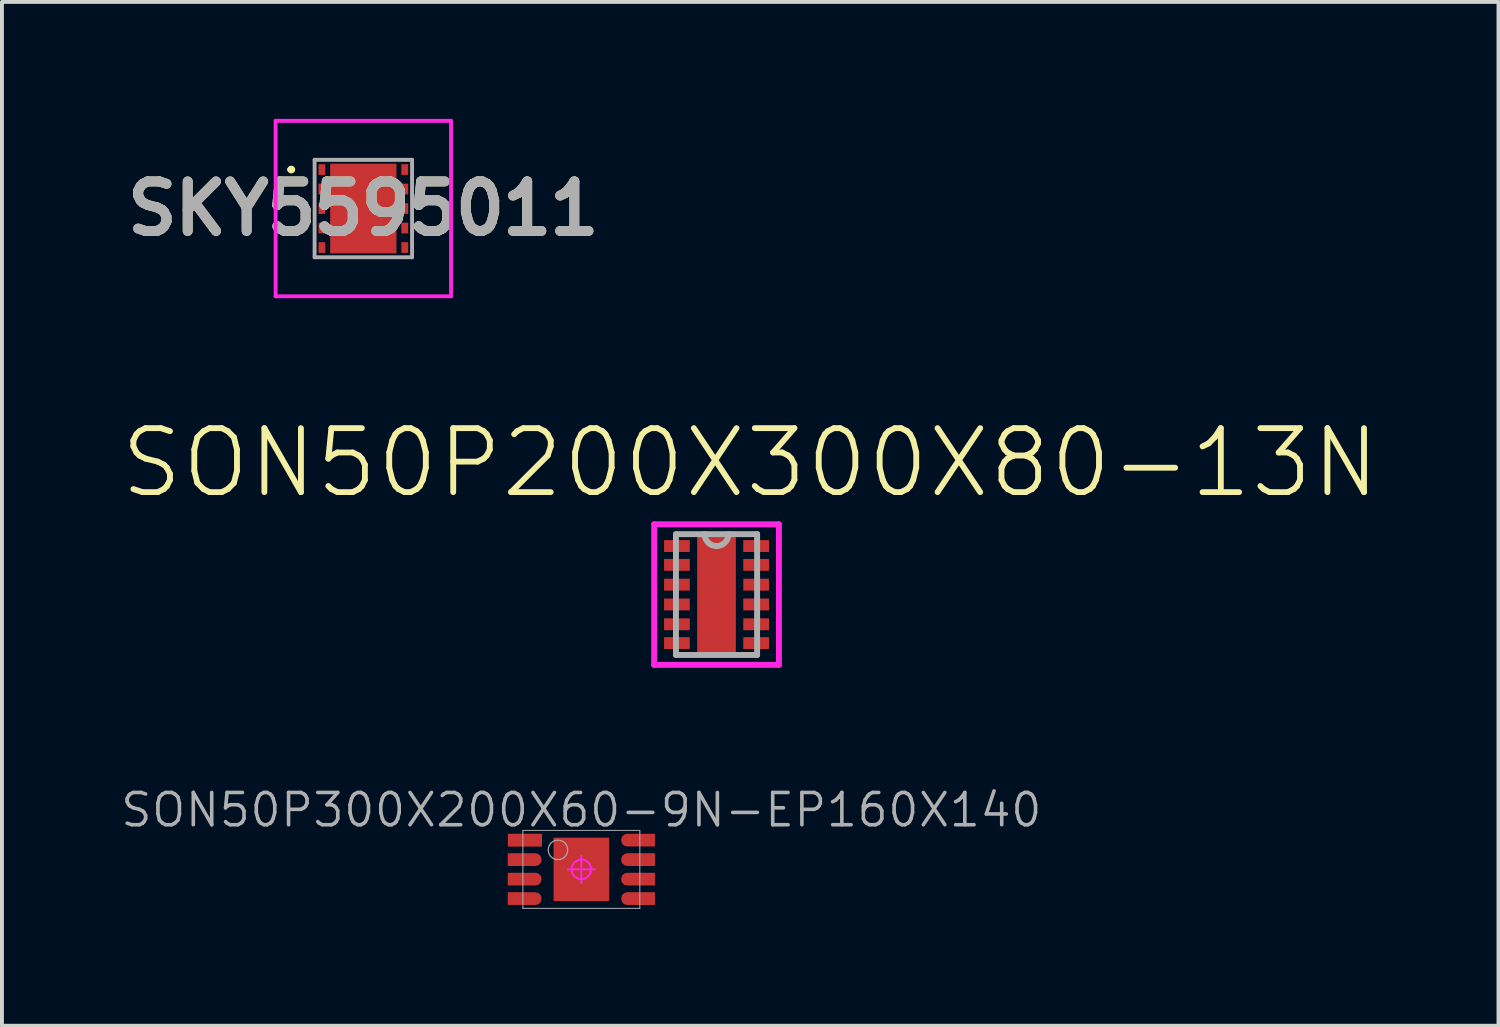
<source format=kicad_pcb>
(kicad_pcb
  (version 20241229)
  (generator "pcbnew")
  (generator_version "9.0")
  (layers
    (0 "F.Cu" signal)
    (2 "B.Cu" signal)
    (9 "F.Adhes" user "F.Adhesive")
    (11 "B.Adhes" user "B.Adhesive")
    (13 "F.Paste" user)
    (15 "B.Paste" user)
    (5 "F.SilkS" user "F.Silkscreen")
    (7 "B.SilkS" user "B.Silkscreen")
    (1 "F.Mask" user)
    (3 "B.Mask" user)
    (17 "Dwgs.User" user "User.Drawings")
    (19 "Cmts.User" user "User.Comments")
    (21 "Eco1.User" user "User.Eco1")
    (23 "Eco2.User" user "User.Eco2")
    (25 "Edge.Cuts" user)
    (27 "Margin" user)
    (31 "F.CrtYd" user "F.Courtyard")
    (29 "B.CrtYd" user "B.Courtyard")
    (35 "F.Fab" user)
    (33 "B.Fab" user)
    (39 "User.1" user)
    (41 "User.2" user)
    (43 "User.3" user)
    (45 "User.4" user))
  (footprint "SKY5595011"
    (layer "F.Cu")
    (at 6.271 2.3)
    (property "Reference" "SKY5595011" (at 0 0 0) (layer "F.SilkS") (effects (font (size 1.27 1.27) (thickness 0.254))))
    (attr smd)
    (fp_line (start -1.9 -1) (end -1.9 -1) (stroke (width 0.1) (type solid)) (layer "F.SilkS"))
    (fp_line (start -1.8 -1) (end -1.8 -1) (stroke (width 0.1) (type solid)) (layer "F.SilkS"))
    (fp_arc (start -1.9 -1) (mid -1.85 -1.05) (end -1.8 -1) (stroke (width 0.1) (type solid)) (layer "F.SilkS"))
    (fp_arc (start -1.8 -1) (mid -1.85 -0.95) (end -1.9 -1) (stroke (width 0.1) (type solid)) (layer "F.SilkS"))
    (fp_line (start -2.25 -2.25) (end 2.25 -2.25) (stroke (width 0.1) (type solid)) (layer "F.CrtYd"))
    (fp_line (start -2.25 2.25) (end -2.25 -2.25) (stroke (width 0.1) (type solid)) (layer "F.CrtYd"))
    (fp_line (start 2.25 -2.25) (end 2.25 2.25) (stroke (width 0.1) (type solid)) (layer "F.CrtYd"))
    (fp_line (start 2.25 2.25) (end -2.25 2.25) (stroke (width 0.1) (type solid)) (layer "F.CrtYd"))
    (fp_line (start -1.25 -1.25) (end -1.25 1.25) (stroke (width 0.1) (type solid)) (layer "F.Fab"))
    (fp_line (start -1.25 1.25) (end 1.25 1.25) (stroke (width 0.1) (type solid)) (layer "F.Fab"))
    (fp_line (start 1.25 -1.25) (end -1.25 -1.25) (stroke (width 0.1) (type solid)) (layer "F.Fab"))
    (fp_line (start 1.25 1.25) (end 1.25 -1.25) (stroke (width 0.1) (type solid)) (layer "F.Fab"))
    (fp_text user "${REFERENCE}" (at 0 0 0) (layer "F.Fab") (effects (font (size 1.27 1.27) (thickness 0.254))))
    (pad "1" smd rect (at -1.063 -1) (size 0.175 0.275) (layers "F.Cu" "F.Mask" "F.Paste"))
    (pad "2" smd rect (at -1.063 -0.5) (size 0.175 0.275) (layers "F.Cu" "F.Mask" "F.Paste"))
    (pad "3" smd rect (at -1.063 0) (size 0.175 0.275) (layers "F.Cu" "F.Mask" "F.Paste"))
    (pad "4" smd rect (at -1.063 0.5) (size 0.175 0.275) (layers "F.Cu" "F.Mask" "F.Paste"))
    (pad "5" smd rect (at -1.063 1) (size 0.175 0.275) (layers "F.Cu" "F.Mask" "F.Paste"))
    (pad "6" smd rect (at 1.063 1) (size 0.175 0.275) (layers "F.Cu" "F.Mask" "F.Paste"))
    (pad "7" smd rect (at 1.063 0.5) (size 0.175 0.275) (layers "F.Cu" "F.Mask" "F.Paste"))
    (pad "8" smd rect (at 1.063 0) (size 0.175 0.275) (layers "F.Cu" "F.Mask" "F.Paste"))
    (pad "9" smd rect (at 1.063 -0.5) (size 0.175 0.275) (layers "F.Cu" "F.Mask" "F.Paste"))
    (pad "10" smd rect (at 1.063 -1) (size 0.175 0.275) (layers "F.Cu" "F.Mask" "F.Paste"))
    (pad "11" smd rect (at 0 0) (size 1.7 2.3) (layers "F.Cu" "F.Mask" "F.Paste")))
  (footprint "SON50P200X300X80-13N"
    (layer "F.Cu")
    (at 15.332 12.203)
    (property "Reference" "SON50P200X300X80-13N" (at 0.864 -3.38 0) (layer "F.SilkS") (effects (font (size 1.641 1.641) (thickness 0.15))))
    (attr smd)
    (fp_line (start -1.6 -1.803) (end 1.6 -1.803) (stroke (width 0.152) (type solid)) (layer "F.CrtYd"))
    (fp_line (start -1.6 1.803) (end -1.6 -1.803) (stroke (width 0.152) (type solid)) (layer "F.CrtYd"))
    (fp_line (start 1.6 -1.803) (end 1.6 1.803) (stroke (width 0.152) (type solid)) (layer "F.CrtYd"))
    (fp_line (start 1.6 1.803) (end -1.6 1.803) (stroke (width 0.152) (type solid)) (layer "F.CrtYd"))
    (fp_line (start -1.041 -1.549) (end -1.041 1.549) (stroke (width 0.152) (type solid)) (layer "F.Fab"))
    (fp_line (start -1.041 1.549) (end 1.041 1.549) (stroke (width 0.152) (type solid)) (layer "F.Fab"))
    (fp_line (start -0.305 -1.549) (end -1.041 -1.549) (stroke (width 0.152) (type solid)) (layer "F.Fab"))
    (fp_line (start 0.305 -1.549) (end -0.305 -1.549) (stroke (width 0.152) (type solid)) (layer "F.Fab"))
    (fp_line (start 1.041 -1.549) (end 0.305 -1.549) (stroke (width 0.152) (type solid)) (layer "F.Fab"))
    (fp_line (start 1.041 1.549) (end 1.041 -1.549) (stroke (width 0.152) (type solid)) (layer "F.Fab"))
    (fp_arc (start 0.3048 -1.5494) (mid 0 -1.2446) (end -0.3048 -1.5494) (stroke (width 0.1524) (type solid)) (layer "F.Fab"))
    (pad "1" smd rect (at -1.016 -1.245) (size 0.66 0.305) (layers "F.Cu" "F.Mask" "F.Paste"))
    (pad "2" smd rect (at -1.016 -0.762) (size 0.66 0.305) (layers "F.Cu" "F.Mask" "F.Paste"))
    (pad "3" smd rect (at -1.016 -0.254) (size 0.66 0.305) (layers "F.Cu" "F.Mask" "F.Paste"))
    (pad "4" smd rect (at -1.016 0.254) (size 0.66 0.305) (layers "F.Cu" "F.Mask" "F.Paste"))
    (pad "5" smd rect (at -1.016 0.762) (size 0.66 0.305) (layers "F.Cu" "F.Mask" "F.Paste"))
    (pad "6" smd rect (at -1.016 1.245) (size 0.66 0.305) (layers "F.Cu" "F.Mask" "F.Paste"))
    (pad "7" smd rect (at 1.016 1.245) (size 0.66 0.305) (layers "F.Cu" "F.Mask" "F.Paste"))
    (pad "8" smd rect (at 1.016 0.762) (size 0.66 0.305) (layers "F.Cu" "F.Mask" "F.Paste"))
    (pad "9" smd rect (at 1.016 0.254) (size 0.66 0.305) (layers "F.Cu" "F.Mask" "F.Paste"))
    (pad "10" smd rect (at 1.016 -0.254) (size 0.66 0.305) (layers "F.Cu" "F.Mask" "F.Paste"))
    (pad "11" smd rect (at 1.016 -0.762) (size 0.66 0.305) (layers "F.Cu" "F.Mask" "F.Paste"))
    (pad "12" smd rect (at 1.016 -1.245) (size 0.66 0.305) (layers "F.Cu" "F.Mask" "F.Paste"))
    (pad "13" smd rect (at 0 0) (size 0.991 3.099) (layers "F.Cu" "F.Mask" "F.Paste")))
  (footprint "SON50P300X200X60-9N-EP160X140"
    (layer "F.Cu")
    (at 11.864 19.253)
    (property "Reference" "SON50P300X200X60-9N-EP160X140" (at 0 -1.524 0) (layer "F.Fab") (effects (font (size 0.828 0.828) (thickness 0.092))))
    (attr through_hole)
    (fp_poly (pts (xy -1.01 -0.584) (xy -1.886 -0.584) (xy -1.886 -0.914) (xy -1.01 -0.914)) (stroke (width 0) (type solid)) (fill yes) (layer "F.Cu"))
    (fp_poly (pts (xy 0.713 0.813) (xy -0.713 0.813) (xy -0.713 -0.813) (xy 0.713 -0.813)) (stroke (width 0) (type solid)) (fill yes) (layer "F.Cu"))
    (fp_poly (pts (xy -1.098 -0.393) (xy -1.042 -0.337) (xy -1.022 -0.262) (xy -1.022 -0.238) (xy -1.042 -0.163) (xy -1.098 -0.107) (xy -1.173 -0.087) (xy -1.888 -0.087) (xy -1.888 -0.413) (xy -1.173 -0.413)) (stroke (width 0) (type solid)) (fill yes) (layer "F.Cu"))
    (fp_poly (pts (xy -1.098 0.107) (xy -1.042 0.163) (xy -1.022 0.238) (xy -1.022 0.262) (xy -1.042 0.337) (xy -1.098 0.393) (xy -1.173 0.413) (xy -1.888 0.413) (xy -1.888 0.087) (xy -1.173 0.087)) (stroke (width 0) (type solid)) (fill yes) (layer "F.Cu"))
    (fp_poly (pts (xy -1.098 0.607) (xy -1.042 0.663) (xy -1.022 0.738) (xy -1.022 0.762) (xy -1.042 0.837) (xy -1.098 0.893) (xy -1.173 0.913) (xy -1.888 0.913) (xy -1.888 0.587) (xy -1.173 0.587)) (stroke (width 0) (type solid)) (fill yes) (layer "F.Cu"))
    (fp_poly (pts (xy 1.888 -0.587) (xy 1.173 -0.587) (xy 1.098 -0.607) (xy 1.042 -0.663) (xy 1.022 -0.738) (xy 1.022 -0.762) (xy 1.042 -0.837) (xy 1.098 -0.893) (xy 1.173 -0.913) (xy 1.888 -0.913)) (stroke (width 0) (type solid)) (fill yes) (layer "F.Cu"))
    (fp_poly (pts (xy 1.888 -0.087) (xy 1.173 -0.087) (xy 1.098 -0.107) (xy 1.042 -0.163) (xy 1.022 -0.238) (xy 1.022 -0.262) (xy 1.042 -0.337) (xy 1.098 -0.393) (xy 1.173 -0.413) (xy 1.888 -0.413)) (stroke (width 0) (type solid)) (fill yes) (layer "F.Cu"))
    (fp_poly (pts (xy 1.888 0.413) (xy 1.173 0.413) (xy 1.098 0.393) (xy 1.042 0.337) (xy 1.022 0.262) (xy 1.022 0.238) (xy 1.042 0.163) (xy 1.098 0.107) (xy 1.173 0.087) (xy 1.888 0.087)) (stroke (width 0) (type solid)) (fill yes) (layer "F.Cu"))
    (fp_poly (pts (xy 1.888 0.913) (xy 1.173 0.913) (xy 1.098 0.893) (xy 1.042 0.837) (xy 1.022 0.762) (xy 1.022 0.738) (xy 1.042 0.663) (xy 1.098 0.607) (xy 1.173 0.587) (xy 1.888 0.587)) (stroke (width 0) (type solid)) (fill yes) (layer "F.Cu"))
    (fp_poly (pts (xy -0.938 -0.512) (xy -1.962 -0.512) (xy -1.962 -0.988) (xy -0.938 -0.988)) (stroke (width 0) (type solid)) (fill yes) (layer "F.Mask"))
    (fp_poly (pts (xy 0.788 0.888) (xy -0.788 0.888) (xy -0.788 -0.888) (xy 0.788 -0.888)) (stroke (width 0) (type solid)) (fill yes) (layer "F.Mask"))
    (fp_poly (pts (xy -1.015 -0.422) (xy -0.965 -0.347) (xy -0.948 -0.261) (xy -0.948 -0.238) (xy -1.013 -0.08) (xy -1.088 -0.03) (xy -1.174 -0.013) (xy -1.962 -0.013) (xy -1.962 -0.487) (xy -1.173 -0.487)) (stroke (width 0) (type solid)) (fill yes) (layer "F.Mask"))
    (fp_poly (pts (xy -1.015 0.078) (xy -0.965 0.153) (xy -0.948 0.239) (xy -0.948 0.262) (xy -1.013 0.42) (xy -1.088 0.47) (xy -1.174 0.487) (xy -1.962 0.487) (xy -1.962 0.013) (xy -1.173 0.013)) (stroke (width 0) (type solid)) (fill yes) (layer "F.Mask"))
    (fp_poly (pts (xy -1.015 0.578) (xy -0.965 0.653) (xy -0.948 0.739) (xy -0.948 0.762) (xy -1.013 0.92) (xy -1.088 0.97) (xy -1.174 0.988) (xy -1.962 0.988) (xy -1.962 0.512) (xy -1.173 0.512)) (stroke (width 0) (type solid)) (fill yes) (layer "F.Mask"))
    (fp_poly (pts (xy 1.962 -0.512) (xy 1.173 -0.512) (xy 1.015 -0.578) (xy 0.965 -0.653) (xy 0.948 -0.739) (xy 0.948 -0.762) (xy 1.013 -0.92) (xy 1.088 -0.97) (xy 1.174 -0.988) (xy 1.962 -0.988)) (stroke (width 0) (type solid)) (fill yes) (layer "F.Mask"))
    (fp_poly (pts (xy 1.962 -0.013) (xy 1.173 -0.013) (xy 1.015 -0.078) (xy 0.965 -0.153) (xy 0.948 -0.239) (xy 0.948 -0.262) (xy 1.013 -0.42) (xy 1.088 -0.47) (xy 1.174 -0.487) (xy 1.962 -0.487)) (stroke (width 0) (type solid)) (fill yes) (layer "F.Mask"))
    (fp_poly (pts (xy 1.962 0.487) (xy 1.173 0.487) (xy 1.015 0.422) (xy 0.965 0.347) (xy 0.948 0.261) (xy 0.948 0.238) (xy 1.013 0.08) (xy 1.088 0.03) (xy 1.174 0.013) (xy 1.962 0.013)) (stroke (width 0) (type solid)) (fill yes) (layer "F.Mask"))
    (fp_poly (pts (xy 1.962 0.988) (xy 1.173 0.988) (xy 1.015 0.922) (xy 0.965 0.847) (xy 0.948 0.761) (xy 0.948 0.738) (xy 1.013 0.58) (xy 1.088 0.53) (xy 1.174 0.512) (xy 1.962 0.512)) (stroke (width 0) (type solid)) (fill yes) (layer "F.Mask"))
    (fp_poly (pts (xy -1.012 -0.587) (xy -1.888 -0.587) (xy -1.888 -0.913) (xy -1.012 -0.913)) (stroke (width 0) (type solid)) (fill yes) (layer "F.Paste"))
    (fp_poly (pts (xy -0.65 -0.1) (xy -0.1 -0.1) (xy -0.1 -0.75) (xy -0.65 -0.75)) (stroke (width 0) (type solid)) (fill yes) (layer "F.Paste"))
    (fp_poly (pts (xy -0.65 0.75) (xy -0.1 0.75) (xy -0.1 0.1) (xy -0.65 0.1)) (stroke (width 0) (type solid)) (fill yes) (layer "F.Paste"))
    (fp_poly (pts (xy 0.1 -0.1) (xy 0.65 -0.1) (xy 0.65 -0.75) (xy 0.1 -0.75)) (stroke (width 0) (type solid)) (fill yes) (layer "F.Paste"))
    (fp_poly (pts (xy 0.1 0.75) (xy 0.65 0.75) (xy 0.65 0.1) (xy 0.1 0.1)) (stroke (width 0) (type solid)) (fill yes) (layer "F.Paste"))
    (fp_poly (pts (xy -1.098 -0.393) (xy -1.042 -0.337) (xy -1.022 -0.262) (xy -1.022 -0.238) (xy -1.042 -0.163) (xy -1.098 -0.107) (xy -1.173 -0.087) (xy -1.888 -0.087) (xy -1.888 -0.413) (xy -1.173 -0.413)) (stroke (width 0) (type solid)) (fill yes) (layer "F.Paste"))
    (fp_poly (pts (xy -1.098 0.107) (xy -1.042 0.163) (xy -1.022 0.238) (xy -1.022 0.262) (xy -1.042 0.337) (xy -1.098 0.393) (xy -1.173 0.413) (xy -1.888 0.413) (xy -1.888 0.087) (xy -1.173 0.087)) (stroke (width 0) (type solid)) (fill yes) (layer "F.Paste"))
    (fp_poly (pts (xy -1.098 0.607) (xy -1.042 0.663) (xy -1.022 0.738) (xy -1.022 0.762) (xy -1.042 0.837) (xy -1.098 0.893) (xy -1.173 0.913) (xy -1.888 0.913) (xy -1.888 0.587) (xy -1.173 0.587)) (stroke (width 0) (type solid)) (fill yes) (layer "F.Paste"))
    (fp_poly (pts (xy 1.883 -0.587) (xy 1.168 -0.587) (xy 1.093 -0.607) (xy 1.037 -0.663) (xy 1.017 -0.738) (xy 1.017 -0.762) (xy 1.037 -0.837) (xy 1.093 -0.893) (xy 1.168 -0.913) (xy 1.883 -0.913)) (stroke (width 0) (type solid)) (fill yes) (layer "F.Paste"))
    (fp_poly (pts (xy 1.888 -0.087) (xy 1.173 -0.087) (xy 1.098 -0.107) (xy 1.042 -0.163) (xy 1.022 -0.238) (xy 1.022 -0.262) (xy 1.042 -0.337) (xy 1.098 -0.393) (xy 1.173 -0.413) (xy 1.888 -0.413)) (stroke (width 0) (type solid)) (fill yes) (layer "F.Paste"))
    (fp_poly (pts (xy 1.888 0.413) (xy 1.173 0.413) (xy 1.098 0.393) (xy 1.042 0.337) (xy 1.022 0.262) (xy 1.022 0.238) (xy 1.042 0.163) (xy 1.098 0.107) (xy 1.173 0.087) (xy 1.888 0.087)) (stroke (width 0) (type solid)) (fill yes) (layer "F.Paste"))
    (fp_poly (pts (xy 1.888 0.913) (xy 1.173 0.913) (xy 1.098 0.893) (xy 1.042 0.837) (xy 1.022 0.762) (xy 1.022 0.738) (xy 1.042 0.663) (xy 1.098 0.607) (xy 1.173 0.587) (xy 1.888 0.587)) (stroke (width 0) (type solid)) (fill yes) (layer "F.Paste"))
    (fp_line (start -0.35 0) (end 0.35 0) (stroke (width 0.05) (type solid)) (layer "F.CrtYd"))
    (fp_line (start 0 -0.35) (end 0 0.35) (stroke (width 0.05) (type solid)) (layer "F.CrtYd"))
    (fp_circle (center 0 0) (end 0.25 0) (stroke (width 0.05) (type solid)) (fill no) (layer "F.CrtYd"))
    (fp_line (start -1.5 -1) (end -1.5 1) (stroke (width 0.025) (type solid)) (layer "F.Fab"))
    (fp_line (start -1.5 1) (end 1.5 1) (stroke (width 0.025) (type solid)) (layer "F.Fab"))
    (fp_line (start 1.5 -1) (end -1.5 -1) (stroke (width 0.025) (type solid)) (layer "F.Fab"))
    (fp_line (start 1.5 1) (end 1.5 -1) (stroke (width 0.025) (type solid)) (layer "F.Fab"))
    (fp_circle (center -0.6 -0.5) (end -0.35 -0.5) (stroke (width 0.03) (type solid)) (fill no) (layer "F.Fab"))
    (pad "1" smd roundrect (at -1.45 -0.75 270) (size 0.3 0.85) (layers "F.Cu") (roundrect_rratio 0.015))
    (pad "2" smd roundrect (at -1.525 -0.25 270) (size 0.3 0.7) (layers "F.Cu") (roundrect_rratio 0.015))
    (pad "3" smd roundrect (at -1.525 0.25 270) (size 0.3 0.7) (layers "F.Cu") (roundrect_rratio 0.015))
    (pad "4" smd roundrect (at -1.525 0.75 270) (size 0.3 0.7) (layers "F.Cu") (roundrect_rratio 0.015))
    (pad "5" smd roundrect (at 1.525 0.75 270) (size 0.3 0.7) (layers "F.Cu") (roundrect_rratio 0.015))
    (pad "6" smd roundrect (at 1.525 0.25 270) (size 0.3 0.7) (layers "F.Cu") (roundrect_rratio 0.015))
    (pad "7" smd roundrect (at 1.525 -0.25 270) (size 0.3 0.7) (layers "F.Cu") (roundrect_rratio 0.015))
    (pad "8" smd roundrect (at 1.525 -0.75 270) (size 0.3 0.7) (layers "F.Cu") (roundrect_rratio 0.015))
    (pad "9" smd roundrect (at 0 0 270) (size 1.6 1.4) (layers "F.Cu") (roundrect_rratio 0.015)))
  (gr_rect
    (start -3 -3)
    (end 35.392 23.265)
    (stroke (width 0.1) (type default))
    (fill no)
    (layer "Edge.Cuts")))
</source>
